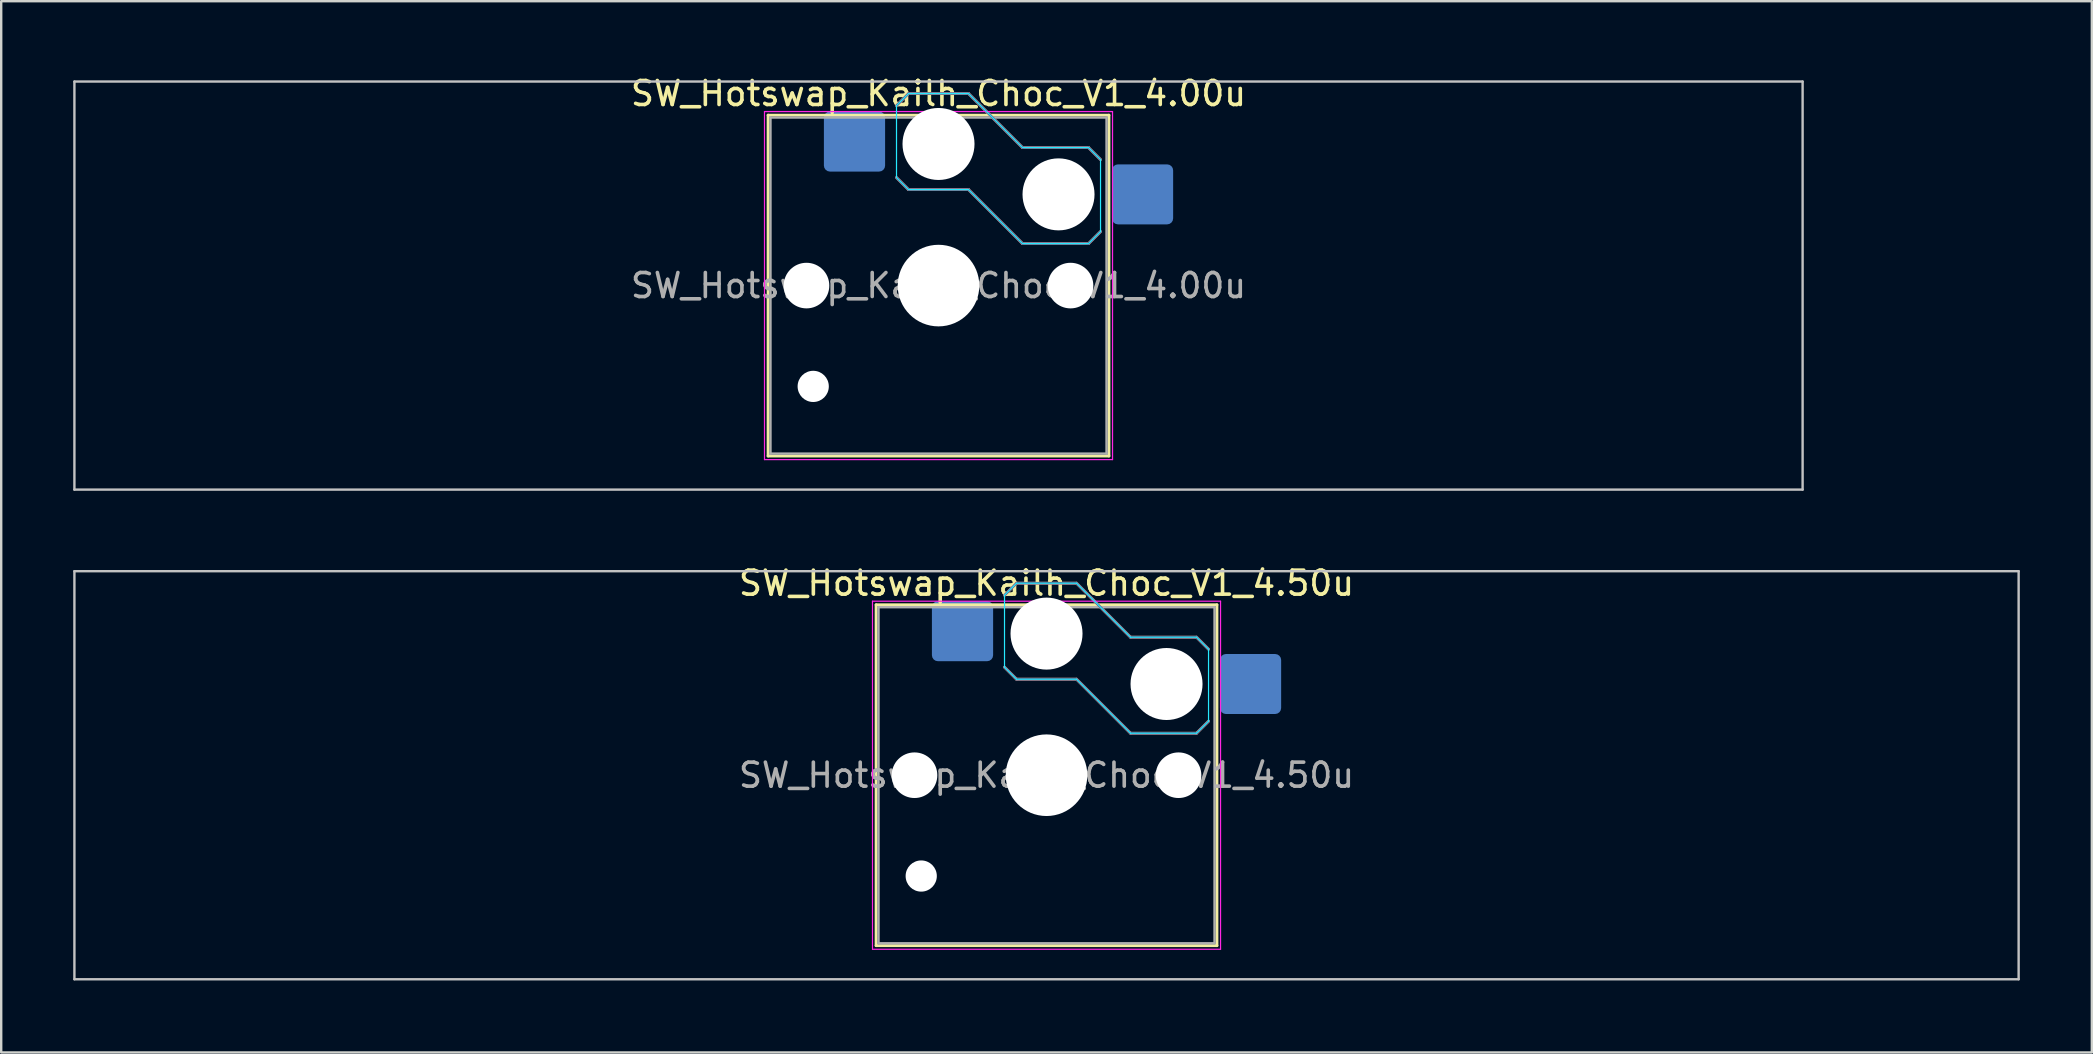
<source format=kicad_pcb>
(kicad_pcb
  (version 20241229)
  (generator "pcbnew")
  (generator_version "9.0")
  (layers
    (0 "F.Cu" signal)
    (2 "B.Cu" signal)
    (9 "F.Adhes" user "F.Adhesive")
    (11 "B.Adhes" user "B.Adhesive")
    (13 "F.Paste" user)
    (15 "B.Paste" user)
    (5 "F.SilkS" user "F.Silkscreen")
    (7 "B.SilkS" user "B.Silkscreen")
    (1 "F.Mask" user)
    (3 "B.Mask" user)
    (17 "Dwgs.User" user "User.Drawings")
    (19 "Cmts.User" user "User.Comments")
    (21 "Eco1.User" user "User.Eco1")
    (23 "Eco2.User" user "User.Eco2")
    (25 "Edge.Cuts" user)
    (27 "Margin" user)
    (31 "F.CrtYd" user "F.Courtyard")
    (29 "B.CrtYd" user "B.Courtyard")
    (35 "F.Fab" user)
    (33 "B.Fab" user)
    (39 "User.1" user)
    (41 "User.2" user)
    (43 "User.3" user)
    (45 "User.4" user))
  (footprint "SW_Hotswap_Kailh_Choc_V1_4.50u"
    (layer "F.Cu")
    (at 40.55 29.247)
    (property "Reference" "SW_Hotswap_Kailh_Choc_V1_4.50u" (at 0 -8 0) (layer "F.SilkS") (effects (font (size 1 1) (thickness 0.15))))
    (attr smd)
    (fp_line (start -7.1 -7.1) (end -7.1 7.1) (stroke (width 0.12) (type solid)) (layer "F.SilkS"))
    (fp_line (start -7.1 7.1) (end 7.1 7.1) (stroke (width 0.12) (type solid)) (layer "F.SilkS"))
    (fp_line (start 7.1 -7.1) (end -7.1 -7.1) (stroke (width 0.12) (type solid)) (layer "F.SilkS"))
    (fp_line (start 7.1 7.1) (end 7.1 -7.1) (stroke (width 0.12) (type solid)) (layer "F.SilkS"))
    (fp_line (start -1.75 -7.5) (end -1.25 -8) (stroke (width 0.12) (type solid)) (layer "B.SilkS"))
    (fp_line (start -1.25 -8) (end 1.25 -8) (stroke (width 0.12) (type solid)) (layer "B.SilkS"))
    (fp_line (start -1.25 -4) (end -1.75 -4.5) (stroke (width 0.12) (type solid)) (layer "B.SilkS"))
    (fp_line (start 1.25 -8) (end 3.5 -5.75) (stroke (width 0.12) (type solid)) (layer "B.SilkS"))
    (fp_line (start 1.25 -4) (end -1.25 -4) (stroke (width 0.12) (type solid)) (layer "B.SilkS"))
    (fp_line (start 3.5 -5.75) (end 6.25 -5.75) (stroke (width 0.12) (type solid)) (layer "B.SilkS"))
    (fp_line (start 3.5 -1.75) (end 1.25 -4) (stroke (width 0.12) (type solid)) (layer "B.SilkS"))
    (fp_line (start 6.25 -5.75) (end 6.75 -5.25) (stroke (width 0.12) (type solid)) (layer "B.SilkS"))
    (fp_line (start 6.25 -1.75) (end 3.5 -1.75) (stroke (width 0.12) (type solid)) (layer "B.SilkS"))
    (fp_line (start 6.75 -2.25) (end 6.25 -1.75) (stroke (width 0.12) (type solid)) (layer "B.SilkS"))
    (fp_line (start -40.5 -8.5) (end -40.5 8.5) (stroke (width 0.1) (type solid)) (layer "Dwgs.User"))
    (fp_line (start -40.5 8.5) (end 40.5 8.5) (stroke (width 0.1) (type solid)) (layer "Dwgs.User"))
    (fp_line (start 40.5 -8.5) (end -40.5 -8.5) (stroke (width 0.1) (type solid)) (layer "Dwgs.User"))
    (fp_line (start 40.5 8.5) (end 40.5 -8.5) (stroke (width 0.1) (type solid)) (layer "Dwgs.User"))
    (fp_line (start -1.75 -7.5) (end -1.25 -8) (stroke (width 0.05) (type solid)) (layer "B.CrtYd"))
    (fp_line (start -1.75 -4.5) (end -1.75 -7.5) (stroke (width 0.05) (type solid)) (layer "B.CrtYd"))
    (fp_line (start -1.25 -8) (end 1.25 -8) (stroke (width 0.05) (type solid)) (layer "B.CrtYd"))
    (fp_line (start -1.25 -4) (end -1.75 -4.5) (stroke (width 0.05) (type solid)) (layer "B.CrtYd"))
    (fp_line (start 1.25 -8) (end 3.5 -5.75) (stroke (width 0.05) (type solid)) (layer "B.CrtYd"))
    (fp_line (start 1.25 -4) (end -1.25 -4) (stroke (width 0.05) (type solid)) (layer "B.CrtYd"))
    (fp_line (start 3.5 -5.75) (end 6.25 -5.75) (stroke (width 0.05) (type solid)) (layer "B.CrtYd"))
    (fp_line (start 3.5 -1.75) (end 1.25 -4) (stroke (width 0.05) (type solid)) (layer "B.CrtYd"))
    (fp_line (start 6.25 -5.75) (end 6.75 -5.25) (stroke (width 0.05) (type solid)) (layer "B.CrtYd"))
    (fp_line (start 6.25 -1.75) (end 3.5 -1.75) (stroke (width 0.05) (type solid)) (layer "B.CrtYd"))
    (fp_line (start 6.75 -5.25) (end 6.75 -2.25) (stroke (width 0.05) (type solid)) (layer "B.CrtYd"))
    (fp_line (start 6.75 -2.25) (end 6.25 -1.75) (stroke (width 0.05) (type solid)) (layer "B.CrtYd"))
    (fp_line (start -7.25 -7.25) (end -7.25 7.25) (stroke (width 0.05) (type solid)) (layer "F.CrtYd"))
    (fp_line (start -7.25 7.25) (end 7.25 7.25) (stroke (width 0.05) (type solid)) (layer "F.CrtYd"))
    (fp_line (start 7.25 -7.25) (end -7.25 -7.25) (stroke (width 0.05) (type solid)) (layer "F.CrtYd"))
    (fp_line (start 7.25 7.25) (end 7.25 -7.25) (stroke (width 0.05) (type solid)) (layer "F.CrtYd"))
    (fp_line (start -1.75 -7.5) (end -1.25 -8) (stroke (width 0.1) (type solid)) (layer "B.Fab"))
    (fp_line (start -1.25 -8) (end 1.25 -8) (stroke (width 0.1) (type solid)) (layer "B.Fab"))
    (fp_line (start -1.25 -4) (end -1.75 -4.5) (stroke (width 0.1) (type solid)) (layer "B.Fab"))
    (fp_line (start 1.25 -8) (end 3.5 -5.75) (stroke (width 0.1) (type solid)) (layer "B.Fab"))
    (fp_line (start 1.25 -4) (end -1.25 -4) (stroke (width 0.1) (type solid)) (layer "B.Fab"))
    (fp_line (start 3.5 -5.75) (end 6.25 -5.75) (stroke (width 0.1) (type solid)) (layer "B.Fab"))
    (fp_line (start 3.5 -1.75) (end 1.25 -4) (stroke (width 0.1) (type solid)) (layer "B.Fab"))
    (fp_line (start 6.25 -5.75) (end 6.75 -5.25) (stroke (width 0.1) (type solid)) (layer "B.Fab"))
    (fp_line (start 6.25 -1.75) (end 3.5 -1.75) (stroke (width 0.1) (type solid)) (layer "B.Fab"))
    (fp_line (start 6.75 -2.25) (end 6.25 -1.75) (stroke (width 0.1) (type solid)) (layer "B.Fab"))
    (fp_line (start -7 -7) (end -7 7) (stroke (width 0.1) (type solid)) (layer "F.Fab"))
    (fp_line (start -7 7) (end 7 7) (stroke (width 0.1) (type solid)) (layer "F.Fab"))
    (fp_line (start 7 -7) (end -7 -7) (stroke (width 0.1) (type solid)) (layer "F.Fab"))
    (fp_line (start 7 7) (end 7 -7) (stroke (width 0.1) (type solid)) (layer "F.Fab"))
    (fp_text user "${REFERENCE}" (at 0 0 0) (layer "F.Fab") (effects (font (size 1 1) (thickness 0.15))))
    (pad "" np_thru_hole circle (at -5.5 0) (size 1.9 1.9) (drill 1.9) (layers "*.Cu" "*.Mask"))
    (pad "" np_thru_hole circle (at -5.22 4.2) (size 1.3 1.3) (drill 1.3) (layers "*.Cu" "*.Mask"))
    (pad "" np_thru_hole circle (at 0 -5.9) (size 3 3) (drill 3) (layers "*.Cu" "*.Mask"))
    (pad "" np_thru_hole circle (at 0 0) (size 3.4 3.4) (drill 3.4) (layers "*.Cu" "*.Mask"))
    (pad "" np_thru_hole circle (at 5 -3.8) (size 3 3) (drill 3) (layers "*.Cu" "*.Mask"))
    (pad "" np_thru_hole circle (at 5.5 0) (size 1.9 1.9) (drill 1.9) (layers "*.Cu" "*.Mask"))
    (pad "1" smd roundrect (at -3.5 -6) (size 2.55 2.5) (layers "B.Cu" "B.Mask" "B.Paste") (roundrect_rratio 0.1))
    (pad "2" smd roundrect (at 8.5 -3.8) (size 2.55 2.5) (layers "B.Cu" "B.Mask" "B.Paste") (roundrect_rratio 0.1)))
  (footprint "SW_Hotswap_Kailh_Choc_V1_4.00u"
    (layer "F.Cu")
    (at 36.05 8.848)
    (property "Reference" "SW_Hotswap_Kailh_Choc_V1_4.00u" (at 0 -8 0) (layer "F.SilkS") (effects (font (size 1 1) (thickness 0.15))))
    (attr smd)
    (fp_line (start -7.1 -7.1) (end -7.1 7.1) (stroke (width 0.12) (type solid)) (layer "F.SilkS"))
    (fp_line (start -7.1 7.1) (end 7.1 7.1) (stroke (width 0.12) (type solid)) (layer "F.SilkS"))
    (fp_line (start 7.1 -7.1) (end -7.1 -7.1) (stroke (width 0.12) (type solid)) (layer "F.SilkS"))
    (fp_line (start 7.1 7.1) (end 7.1 -7.1) (stroke (width 0.12) (type solid)) (layer "F.SilkS"))
    (fp_line (start -1.75 -7.5) (end -1.25 -8) (stroke (width 0.12) (type solid)) (layer "B.SilkS"))
    (fp_line (start -1.25 -8) (end 1.25 -8) (stroke (width 0.12) (type solid)) (layer "B.SilkS"))
    (fp_line (start -1.25 -4) (end -1.75 -4.5) (stroke (width 0.12) (type solid)) (layer "B.SilkS"))
    (fp_line (start 1.25 -8) (end 3.5 -5.75) (stroke (width 0.12) (type solid)) (layer "B.SilkS"))
    (fp_line (start 1.25 -4) (end -1.25 -4) (stroke (width 0.12) (type solid)) (layer "B.SilkS"))
    (fp_line (start 3.5 -5.75) (end 6.25 -5.75) (stroke (width 0.12) (type solid)) (layer "B.SilkS"))
    (fp_line (start 3.5 -1.75) (end 1.25 -4) (stroke (width 0.12) (type solid)) (layer "B.SilkS"))
    (fp_line (start 6.25 -5.75) (end 6.75 -5.25) (stroke (width 0.12) (type solid)) (layer "B.SilkS"))
    (fp_line (start 6.25 -1.75) (end 3.5 -1.75) (stroke (width 0.12) (type solid)) (layer "B.SilkS"))
    (fp_line (start 6.75 -2.25) (end 6.25 -1.75) (stroke (width 0.12) (type solid)) (layer "B.SilkS"))
    (fp_line (start -36 -8.5) (end -36 8.5) (stroke (width 0.1) (type solid)) (layer "Dwgs.User"))
    (fp_line (start -36 8.5) (end 36 8.5) (stroke (width 0.1) (type solid)) (layer "Dwgs.User"))
    (fp_line (start 36 -8.5) (end -36 -8.5) (stroke (width 0.1) (type solid)) (layer "Dwgs.User"))
    (fp_line (start 36 8.5) (end 36 -8.5) (stroke (width 0.1) (type solid)) (layer "Dwgs.User"))
    (fp_line (start -1.75 -7.5) (end -1.25 -8) (stroke (width 0.05) (type solid)) (layer "B.CrtYd"))
    (fp_line (start -1.75 -4.5) (end -1.75 -7.5) (stroke (width 0.05) (type solid)) (layer "B.CrtYd"))
    (fp_line (start -1.25 -8) (end 1.25 -8) (stroke (width 0.05) (type solid)) (layer "B.CrtYd"))
    (fp_line (start -1.25 -4) (end -1.75 -4.5) (stroke (width 0.05) (type solid)) (layer "B.CrtYd"))
    (fp_line (start 1.25 -8) (end 3.5 -5.75) (stroke (width 0.05) (type solid)) (layer "B.CrtYd"))
    (fp_line (start 1.25 -4) (end -1.25 -4) (stroke (width 0.05) (type solid)) (layer "B.CrtYd"))
    (fp_line (start 3.5 -5.75) (end 6.25 -5.75) (stroke (width 0.05) (type solid)) (layer "B.CrtYd"))
    (fp_line (start 3.5 -1.75) (end 1.25 -4) (stroke (width 0.05) (type solid)) (layer "B.CrtYd"))
    (fp_line (start 6.25 -5.75) (end 6.75 -5.25) (stroke (width 0.05) (type solid)) (layer "B.CrtYd"))
    (fp_line (start 6.25 -1.75) (end 3.5 -1.75) (stroke (width 0.05) (type solid)) (layer "B.CrtYd"))
    (fp_line (start 6.75 -5.25) (end 6.75 -2.25) (stroke (width 0.05) (type solid)) (layer "B.CrtYd"))
    (fp_line (start 6.75 -2.25) (end 6.25 -1.75) (stroke (width 0.05) (type solid)) (layer "B.CrtYd"))
    (fp_line (start -7.25 -7.25) (end -7.25 7.25) (stroke (width 0.05) (type solid)) (layer "F.CrtYd"))
    (fp_line (start -7.25 7.25) (end 7.25 7.25) (stroke (width 0.05) (type solid)) (layer "F.CrtYd"))
    (fp_line (start 7.25 -7.25) (end -7.25 -7.25) (stroke (width 0.05) (type solid)) (layer "F.CrtYd"))
    (fp_line (start 7.25 7.25) (end 7.25 -7.25) (stroke (width 0.05) (type solid)) (layer "F.CrtYd"))
    (fp_line (start -1.75 -7.5) (end -1.25 -8) (stroke (width 0.1) (type solid)) (layer "B.Fab"))
    (fp_line (start -1.25 -8) (end 1.25 -8) (stroke (width 0.1) (type solid)) (layer "B.Fab"))
    (fp_line (start -1.25 -4) (end -1.75 -4.5) (stroke (width 0.1) (type solid)) (layer "B.Fab"))
    (fp_line (start 1.25 -8) (end 3.5 -5.75) (stroke (width 0.1) (type solid)) (layer "B.Fab"))
    (fp_line (start 1.25 -4) (end -1.25 -4) (stroke (width 0.1) (type solid)) (layer "B.Fab"))
    (fp_line (start 3.5 -5.75) (end 6.25 -5.75) (stroke (width 0.1) (type solid)) (layer "B.Fab"))
    (fp_line (start 3.5 -1.75) (end 1.25 -4) (stroke (width 0.1) (type solid)) (layer "B.Fab"))
    (fp_line (start 6.25 -5.75) (end 6.75 -5.25) (stroke (width 0.1) (type solid)) (layer "B.Fab"))
    (fp_line (start 6.25 -1.75) (end 3.5 -1.75) (stroke (width 0.1) (type solid)) (layer "B.Fab"))
    (fp_line (start 6.75 -2.25) (end 6.25 -1.75) (stroke (width 0.1) (type solid)) (layer "B.Fab"))
    (fp_line (start -7 -7) (end -7 7) (stroke (width 0.1) (type solid)) (layer "F.Fab"))
    (fp_line (start -7 7) (end 7 7) (stroke (width 0.1) (type solid)) (layer "F.Fab"))
    (fp_line (start 7 -7) (end -7 -7) (stroke (width 0.1) (type solid)) (layer "F.Fab"))
    (fp_line (start 7 7) (end 7 -7) (stroke (width 0.1) (type solid)) (layer "F.Fab"))
    (fp_text user "${REFERENCE}" (at 0 0 0) (layer "F.Fab") (effects (font (size 1 1) (thickness 0.15))))
    (pad "" np_thru_hole circle (at -5.5 0) (size 1.9 1.9) (drill 1.9) (layers "*.Cu" "*.Mask"))
    (pad "" np_thru_hole circle (at -5.22 4.2) (size 1.3 1.3) (drill 1.3) (layers "*.Cu" "*.Mask"))
    (pad "" np_thru_hole circle (at 0 -5.9) (size 3 3) (drill 3) (layers "*.Cu" "*.Mask"))
    (pad "" np_thru_hole circle (at 0 0) (size 3.4 3.4) (drill 3.4) (layers "*.Cu" "*.Mask"))
    (pad "" np_thru_hole circle (at 5 -3.8) (size 3 3) (drill 3) (layers "*.Cu" "*.Mask"))
    (pad "" np_thru_hole circle (at 5.5 0) (size 1.9 1.9) (drill 1.9) (layers "*.Cu" "*.Mask"))
    (pad "1" smd roundrect (at -3.5 -6) (size 2.55 2.5) (layers "B.Cu" "B.Mask" "B.Paste") (roundrect_rratio 0.1))
    (pad "2" smd roundrect (at 8.5 -3.8) (size 2.55 2.5) (layers "B.Cu" "B.Mask" "B.Paste") (roundrect_rratio 0.1)))
  (gr_rect
    (start -3 -3)
    (end 84.1 40.797)
    (stroke (width 0.1) (type default))
    (fill no)
    (layer "Edge.Cuts")))
</source>
